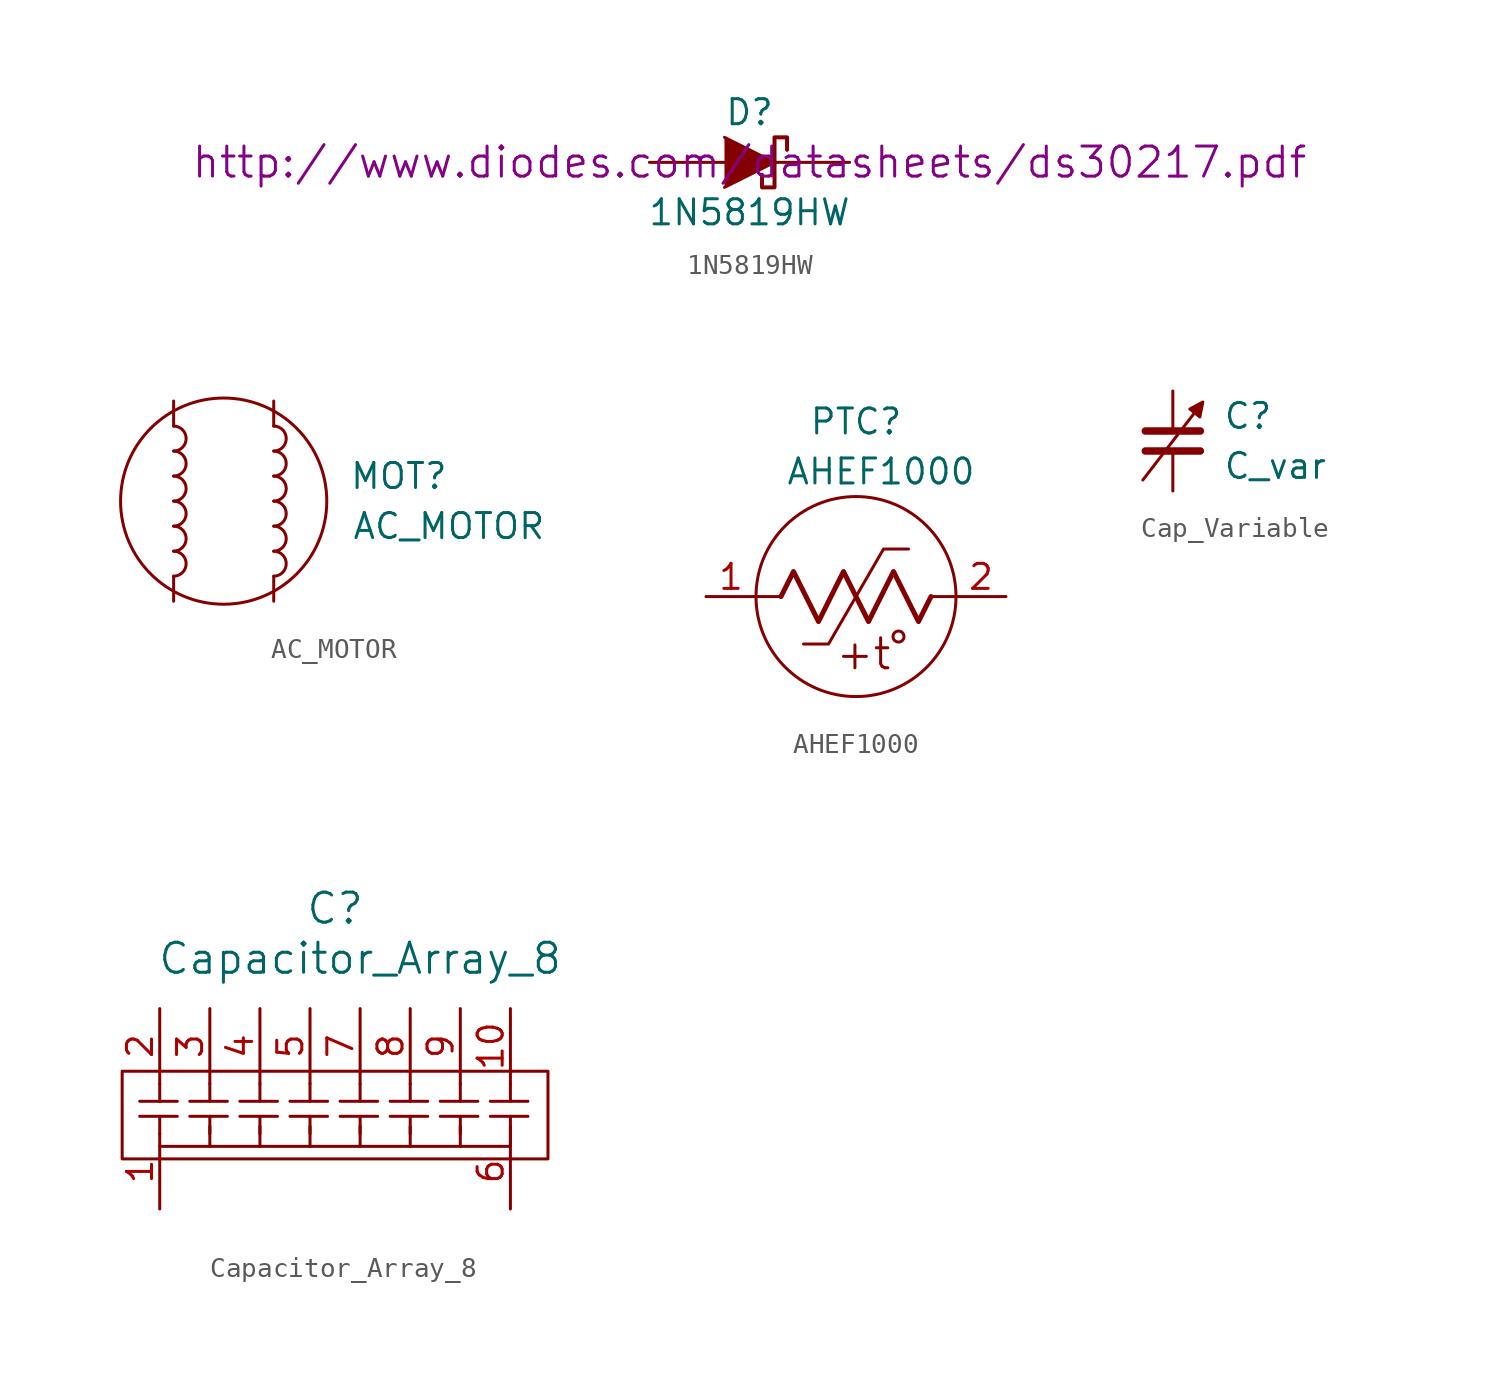
<source format=kicad_sym>
(kicad_symbol_lib
  (version 20231120)
  (generator "kicad_symbol_editor")
  (generator_version "8.0")
  (symbol "1N5819HW"
    (pin_numbers hide)
    (pin_names
      (offset 1.016) hide)
    (property "Reference" "D"
      (at 0 2.54 0)
      (effects (font (size 1.27 1.27))))
    (property "Value" "1N5819HW"
      (at 0 -2.54 0)
      (effects (font (size 1.27 1.27))))
    (property "Footprint" ""
      (at 0 0 0)
      (effects (font (size 1.524 1.524))))
    (property "Datasheet" "http://www.diodes.com/datasheets/ds30217.pdf"
      (at 0 0 0)
      (effects (font (size 1.524 1.524))))
    (symbol "1N5819HW_0_1"
      (polyline (pts (xy -1.27 1.27) (xy 1.27 0) (xy -1.27 -1.27)) (stroke (width 0) (type default)) (fill (type outline)))
      (polyline (pts (xy 1.905 0.635) (xy 1.905 1.27) (xy 1.27 1.27) (xy 1.27 -1.27) (xy 0.635 -1.27) (xy 0.635 -0.635)) (stroke (width 0.203) (type default)) (fill (type none))))
    (symbol "1N5819HW_1_1"
      (pin passive line (at 5.08 0 180) (length 3.81) (name "K" (effects (font (size 1.016 1.016)))) (number "1" (effects (font (size 1.016 1.016)))))
      (pin passive line (at -5.08 0 0) (length 3.81) (name "A" (effects (font (size 1.016 1.016)))) (number "2" (effects (font (size 1.016 1.016)))))))
  (symbol "AC_MOTOR"
    (pin_numbers hide)
    (pin_names
      (offset 1.016) hide)
    (property "Reference" "MOT"
      (at 8.89 1.27 0)
      (effects (font (size 1.27 1.27))))
    (property "Value" "AC_MOTOR"
      (at 11.43 -1.27 0)
      (effects (font (size 1.27 1.27))))
    (symbol "AC_MOTOR_0_1"
      (arc (start -2.54 -3.81) (mid -1.9077 -3.175) (end -2.54 -2.54) (stroke (width 0) (type default)) (fill (type none)))
      (arc (start -2.54 -2.54) (mid -1.9077 -1.905) (end -2.54 -1.27) (stroke (width 0) (type default)) (fill (type none)))
      (arc (start -2.54 -1.27) (mid -1.9077 -0.635) (end -2.54 0) (stroke (width 0) (type default)) (fill (type none)))
      (arc (start -2.54 0) (mid -1.9077 0.635) (end -2.54 1.27) (stroke (width 0) (type default)) (fill (type none)))
      (arc (start -2.54 1.27) (mid -1.9077 1.905) (end -2.54 2.54) (stroke (width 0) (type default)) (fill (type none)))
      (arc (start -2.54 2.54) (mid -1.9077 3.175) (end -2.54 3.81) (stroke (width 0) (type default)) (fill (type none)))
      (circle (center 0 0) (radius 5.232) (stroke (width 0) (type default)) (fill (type none)))
      (arc (start 2.54 -3.81) (mid 3.1723 -3.175) (end 2.54 -2.54) (stroke (width 0) (type default)) (fill (type none)))
      (arc (start 2.54 -2.54) (mid 3.1723 -1.905) (end 2.54 -1.27) (stroke (width 0) (type default)) (fill (type none)))
      (arc (start 2.54 -1.27) (mid 3.1723 -0.635) (end 2.54 0) (stroke (width 0) (type default)) (fill (type none)))
      (arc (start 2.54 0) (mid 3.1723 0.635) (end 2.54 1.27) (stroke (width 0) (type default)) (fill (type none)))
      (arc (start 2.54 1.27) (mid 3.1723 1.905) (end 2.54 2.54) (stroke (width 0) (type default)) (fill (type none)))
      (arc (start 2.54 2.54) (mid 3.1723 3.175) (end 2.54 3.81) (stroke (width 0) (type default)) (fill (type none))))
    (symbol "AC_MOTOR_1_1"
      (pin passive line (at -2.54 5.08 270) (length 1.27) (name "1" (effects (font (size 1.27 1.27)))) (number "1" (effects (font (size 1.27 1.27)))))
      (pin passive line (at -2.54 -5.08 90) (length 1.27) (name "2" (effects (font (size 1.27 1.27)))) (number "2" (effects (font (size 1.27 1.27)))))
      (pin passive line (at 2.54 5.08 270) (length 1.27) (name "3" (effects (font (size 1.27 1.27)))) (number "3" (effects (font (size 1.27 1.27)))))
      (pin passive line (at 2.54 -5.08 90) (length 1.27) (name "4" (effects (font (size 1.27 1.27)))) (number "4" (effects (font (size 1.27 1.27)))))))
  (symbol "AHEF1000"
    (pin_names
      (offset 1.016) hide)
    (property "Reference" "PTC"
      (at 0 8.89 0)
      (effects (font (size 1.27 1.27))))
    (property "Value" "AHEF1000"
      (at 1.27 6.35 0)
      (effects (font (size 1.27 1.27))))
    (symbol "AHEF1000_0_0"
      (polyline (pts (xy -5.08 0) (xy -3.81 0)) (stroke (width 0) (type default)) (fill (type none)))
      (polyline (pts (xy 5.08 0) (xy 3.81 0)) (stroke (width 0) (type default)) (fill (type none)))
      (circle (center 2.159 -2.032) (radius 0.279) (stroke (width 0) (type default)) (fill (type none)))
      (text "+t" (at 0.381 -2.921 0) (effects (font (size 1.524 1.524)))))
    (symbol "AHEF1000_0_1"
      (polyline (pts (xy 0 0) (xy -1.397 -2.413) (xy -2.667 -2.413)) (stroke (width 0) (type default)) (fill (type none)))
      (polyline (pts (xy 0 0) (xy 1.397 2.413) (xy 2.667 2.413)) (stroke (width 0) (type default)) (fill (type none)))
      (circle (center 0 0) (radius 5.08) (stroke (width 0) (type default)) (fill (type none))))
    (symbol "AHEF1000_1_1"
      (polyline (pts (xy -3.81 0) (xy -3.175 1.27) (xy -2.54 0) (xy -1.905 -1.27) (xy -1.27 0) (xy -0.635 1.27) (xy 0 0) (xy 0.635 -1.27) (xy 1.27 0) (xy 1.905 1.27) (xy 2.54 0) (xy 3.175 -1.27) (xy 3.81 0)) (stroke (width 0.254) (type default)) (fill (type none)))
      (pin input line (at -7.62 0 0) (length 2.54) (name "1" (effects (font (size 1.27 1.27)))) (number "1" (effects (font (size 1.27 1.27)))))
      (pin input line (at 7.62 0 180) (length 2.54) (name "2" (effects (font (size 1.27 1.27)))) (number "2" (effects (font (size 1.27 1.27)))))))
  (symbol "Cap_Variable"
    (pin_numbers hide)
    (pin_names
      (offset 0.254))
    (property "Reference" "C"
      (at 2.54 1.27 0)
      (effects (font (size 1.27 1.27)) (justify left)))
    (property "Value" "C_var"
      (at 2.54 -1.27 0)
      (effects (font (size 1.27 1.27)) (justify left)))
    (symbol "Cap_Variable_0_1"
      (polyline (pts (xy -1.397 -0.508) (xy 1.397 -0.508)) (stroke (width 0.381) (type default)) (fill (type none)))
      (polyline (pts (xy -1.397 0.508) (xy 1.397 0.508)) (stroke (width 0.381) (type default)) (fill (type none))))
    (symbol "Cap_Variable_1_1"
      (polyline (pts (xy -1.524 -1.981) (xy 1.524 1.981) (xy 0.864 1.626) (xy 1.372 1.219) (xy 1.524 1.981)) (stroke (width 0) (type default)) (fill (type outline)))
      (pin passive line (at 0 2.54 270) (length 2.032) (name "~" (effects (font (size 1.27 1.27)))) (number "1" (effects (font (size 1.27 1.27)))))
      (pin passive line (at 0 -2.54 90) (length 2.032) (name "~" (effects (font (size 1.27 1.27)))) (number "2" (effects (font (size 1.27 1.27)))))))
  (symbol "Capacitor_Array_8"
    (pin_names
      (offset 1.016) hide)
    (property "Reference" "C"
      (at 0 10.16 0)
      (effects (font (size 1.524 1.524))))
    (property "Value" "Capacitor_Array_8"
      (at 1.27 7.62 0)
      (effects (font (size 1.524 1.524))))
    (property "Footprint" ""
      (at 10.16 1.27 0)
      (effects (font (size 1.524 1.524))))
    (property "Datasheet" ""
      (at 10.16 1.27 0)
      (effects (font (size 1.524 1.524))))
    (symbol "Capacitor_Array_8_0_1"
      (rectangle (start -10.795 1.905) (end 10.795 -2.54) (stroke (width 0) (type default)) (fill (type none)))
      (polyline (pts (xy -9.906 -0.381) (xy -8.001 -0.381)) (stroke (width 0) (type default)) (fill (type none)))
      (polyline (pts (xy -9.906 0.381) (xy -8.001 0.381)) (stroke (width 0) (type default)) (fill (type none)))
      (polyline (pts (xy -8.89 -1.27) (xy -8.89 -0.381)) (stroke (width 0) (type default)) (fill (type none)))
      (polyline (pts (xy -8.89 1.27) (xy -8.89 0.381)) (stroke (width 0) (type default)) (fill (type none)))
      (polyline (pts (xy -7.366 -0.381) (xy -5.461 -0.381)) (stroke (width 0) (type default)) (fill (type none)))
      (polyline (pts (xy -7.366 0.381) (xy -5.461 0.381)) (stroke (width 0) (type default)) (fill (type none)))
      (polyline (pts (xy -6.35 -1.27) (xy -6.35 -0.381)) (stroke (width 0) (type default)) (fill (type none)))
      (polyline (pts (xy -6.35 1.27) (xy -6.35 0.381)) (stroke (width 0) (type default)) (fill (type none)))
      (polyline (pts (xy -4.826 -0.381) (xy -2.921 -0.381)) (stroke (width 0) (type default)) (fill (type none)))
      (polyline (pts (xy -4.826 0.381) (xy -2.921 0.381)) (stroke (width 0) (type default)) (fill (type none)))
      (polyline (pts (xy -3.81 -1.27) (xy -3.81 -0.381)) (stroke (width 0) (type default)) (fill (type none)))
      (polyline (pts (xy -3.81 1.27) (xy -3.81 0.381)) (stroke (width 0) (type default)) (fill (type none)))
      (polyline (pts (xy -2.286 -0.381) (xy -0.381 -0.381)) (stroke (width 0) (type default)) (fill (type none)))
      (polyline (pts (xy -2.286 0.381) (xy -0.381 0.381)) (stroke (width 0) (type default)) (fill (type none)))
      (polyline (pts (xy -1.27 -1.27) (xy -1.27 -0.381)) (stroke (width 0) (type default)) (fill (type none)))
      (polyline (pts (xy -1.27 1.27) (xy -1.27 0.381)) (stroke (width 0) (type default)) (fill (type none)))
      (polyline (pts (xy 0.254 -0.381) (xy 2.159 -0.381)) (stroke (width 0) (type default)) (fill (type none)))
      (polyline (pts (xy 0.254 0.381) (xy 2.159 0.381)) (stroke (width 0) (type default)) (fill (type none)))
      (polyline (pts (xy 1.27 -1.27) (xy 1.27 -0.381)) (stroke (width 0) (type default)) (fill (type none)))
      (polyline (pts (xy 1.27 1.27) (xy 1.27 0.381)) (stroke (width 0) (type default)) (fill (type none)))
      (polyline (pts (xy 2.794 -0.381) (xy 4.699 -0.381)) (stroke (width 0) (type default)) (fill (type none)))
      (polyline (pts (xy 2.794 0.381) (xy 4.699 0.381)) (stroke (width 0) (type default)) (fill (type none)))
      (polyline (pts (xy 3.81 -1.27) (xy 3.81 -0.381)) (stroke (width 0) (type default)) (fill (type none)))
      (polyline (pts (xy 3.81 1.27) (xy 3.81 0.381)) (stroke (width 0) (type default)) (fill (type none)))
      (polyline (pts (xy 5.334 -0.381) (xy 7.239 -0.381)) (stroke (width 0) (type default)) (fill (type none)))
      (polyline (pts (xy 5.334 0.381) (xy 7.239 0.381)) (stroke (width 0) (type default)) (fill (type none)))
      (polyline (pts (xy 6.35 -1.27) (xy 6.35 -0.381)) (stroke (width 0) (type default)) (fill (type none)))
      (polyline (pts (xy 6.35 1.27) (xy 6.35 0.381)) (stroke (width 0) (type default)) (fill (type none)))
      (polyline (pts (xy 7.874 -0.381) (xy 9.779 -0.381)) (stroke (width 0) (type default)) (fill (type none)))
      (polyline (pts (xy 7.874 0.381) (xy 9.779 0.381)) (stroke (width 0) (type default)) (fill (type none)))
      (polyline (pts (xy 8.89 -1.27) (xy 8.89 -0.381)) (stroke (width 0) (type default)) (fill (type none)))
      (polyline (pts (xy 8.89 1.27) (xy 8.89 0.381)) (stroke (width 0) (type default)) (fill (type none)))
      (polyline (pts (xy -6.35 -0.889) (xy -6.35 -1.905) (xy -8.89 -1.905)) (stroke (width 0) (type default)) (fill (type none)))
      (polyline (pts (xy -3.81 -0.889) (xy -3.81 -1.905) (xy -6.35 -1.905)) (stroke (width 0) (type default)) (fill (type none)))
      (polyline (pts (xy -1.27 -0.889) (xy -1.27 -1.905) (xy -3.81 -1.905)) (stroke (width 0) (type default)) (fill (type none)))
      (polyline (pts (xy 1.27 -0.889) (xy 1.27 -1.905) (xy -1.27 -1.905)) (stroke (width 0) (type default)) (fill (type none)))
      (polyline (pts (xy 3.81 -0.889) (xy 3.81 -1.905) (xy 1.27 -1.905)) (stroke (width 0) (type default)) (fill (type none)))
      (polyline (pts (xy 6.35 -0.889) (xy 6.35 -1.905) (xy 3.81 -1.905)) (stroke (width 0) (type default)) (fill (type none)))
      (polyline (pts (xy 8.89 -0.889) (xy 8.89 -1.905) (xy 6.35 -1.905)) (stroke (width 0) (type default)) (fill (type none))))
    (symbol "Capacitor_Array_8_1_1"
      (pin input line (at -8.89 -5.08 90) (length 3.81) (name "1" (effects (font (size 1.27 1.27)))) (number "1" (effects (font (size 1.27 1.27)))))
      (pin input line (at 8.89 5.08 270) (length 3.81) (name "10" (effects (font (size 1.27 1.27)))) (number "10" (effects (font (size 1.27 1.27)))))
      (pin input line (at -8.89 5.08 270) (length 3.81) (name "2" (effects (font (size 1.27 1.27)))) (number "2" (effects (font (size 1.27 1.27)))))
      (pin input line (at -6.35 5.08 270) (length 3.81) (name "3" (effects (font (size 1.27 1.27)))) (number "3" (effects (font (size 1.27 1.27)))))
      (pin input line (at -3.81 5.08 270) (length 3.81) (name "4" (effects (font (size 1.27 1.27)))) (number "4" (effects (font (size 1.27 1.27)))))
      (pin input line (at -1.27 5.08 270) (length 3.81) (name "5" (effects (font (size 1.27 1.27)))) (number "5" (effects (font (size 1.27 1.27)))))
      (pin input line (at 8.89 -5.08 90) (length 3.81) (name "6" (effects (font (size 1.27 1.27)))) (number "6" (effects (font (size 1.27 1.27)))))
      (pin input line (at 1.27 5.08 270) (length 3.81) (name "7" (effects (font (size 1.27 1.27)))) (number "7" (effects (font (size 1.27 1.27)))))
      (pin input line (at 3.81 5.08 270) (length 3.81) (name "8" (effects (font (size 1.27 1.27)))) (number "8" (effects (font (size 1.27 1.27)))))
      (pin input line (at 6.35 5.08 270) (length 3.81) (name "9" (effects (font (size 1.27 1.27)))) (number "9" (effects (font (size 1.27 1.27))))))))
</source>
